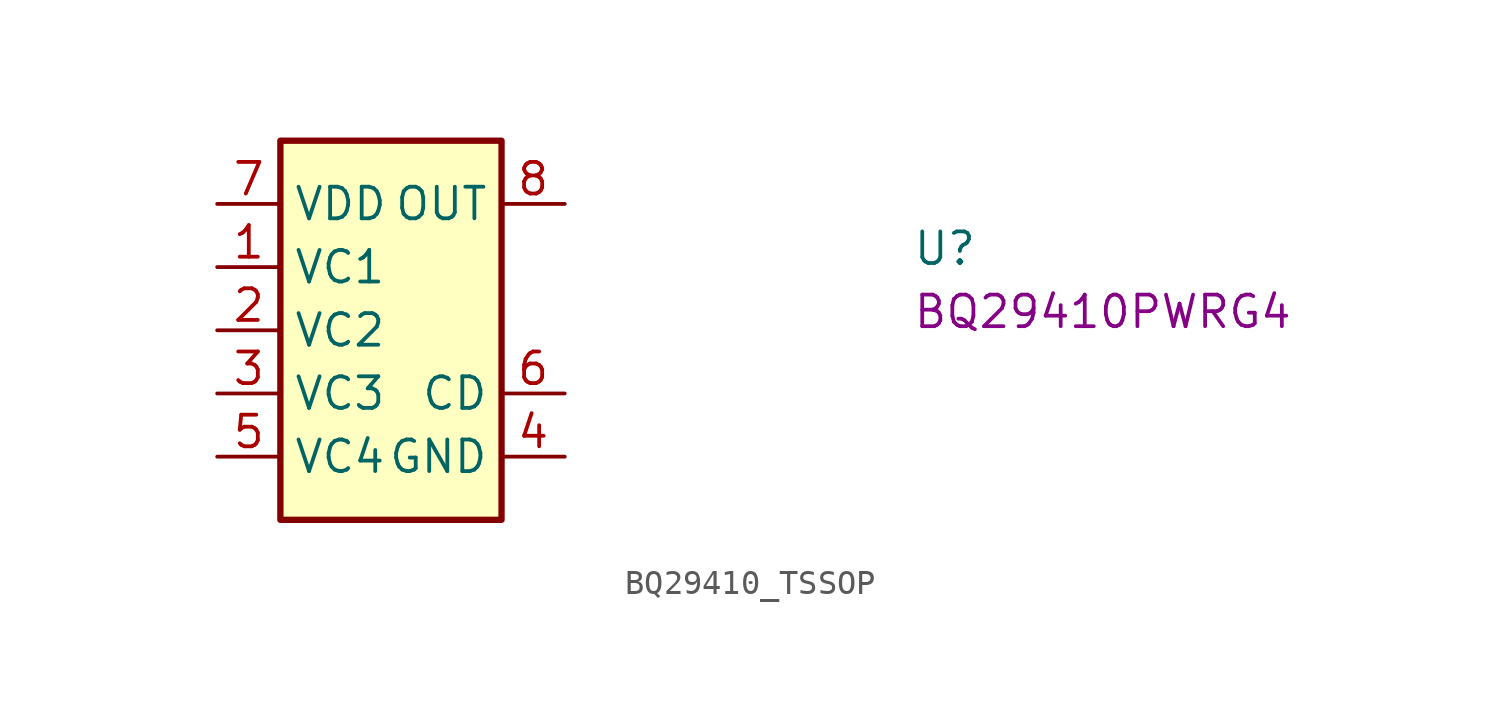
<source format=kicad_sym>
(kicad_symbol_lib
  (version 20220914)
  (generator kicad_symbol_editor)
  (symbol "BQ29410_TSSOP"
    (property "Reference" "U"
      (at 27.94 -2.54 0)
      (effects (font (size 1.27 1.27) (thickness 0.15)) (justify left bottom)))
    (property "MPN" "BQ29410PWRG4"
      (at 27.94 -5.08 0)
      (effects (font (size 1.27 1.27) (thickness 0.15)) (justify left bottom)))
    (symbol "BQ29410_TSSOP_1_1"
      (rectangle (start 2.54 2.54) (end 11.43 -12.7) (stroke (width 0.254) (type default)) (fill (type background)))
      (pin input line (at 0 -2.54 0) (length 2.54) (name "VC1" (effects (font (size 1.27 1.27)))) (number "1" (effects (font (size 1.27 1.27)))))
      (pin input line (at 0 -5.08 0) (length 2.54) (name "VC2" (effects (font (size 1.27 1.27)))) (number "2" (effects (font (size 1.27 1.27)))))
      (pin input line (at 0 -7.62 0) (length 2.54) (name "VC3" (effects (font (size 1.27 1.27)))) (number "3" (effects (font (size 1.27 1.27)))))
      (pin power_in line (at 13.97 -10.16 180) (length 2.54) (name "GND" (effects (font (size 1.27 1.27)))) (number "4" (effects (font (size 1.27 1.27)))))
      (pin input line (at 0 -10.16 0) (length 2.54) (name "VC4" (effects (font (size 1.27 1.27)))) (number "5" (effects (font (size 1.27 1.27)))))
      (pin passive line (at 13.97 -7.62 180) (length 2.54) (name "CD" (effects (font (size 1.27 1.27)))) (number "6" (effects (font (size 1.27 1.27)))))
      (pin power_in line (at 0 0 0) (length 2.54) (name "VDD" (effects (font (size 1.27 1.27)))) (number "7" (effects (font (size 1.27 1.27)))))
      (pin output line (at 13.97 0 180) (length 2.54) (name "OUT" (effects (font (size 1.27 1.27)))) (number "8" (effects (font (size 1.27 1.27))))))))
</source>
